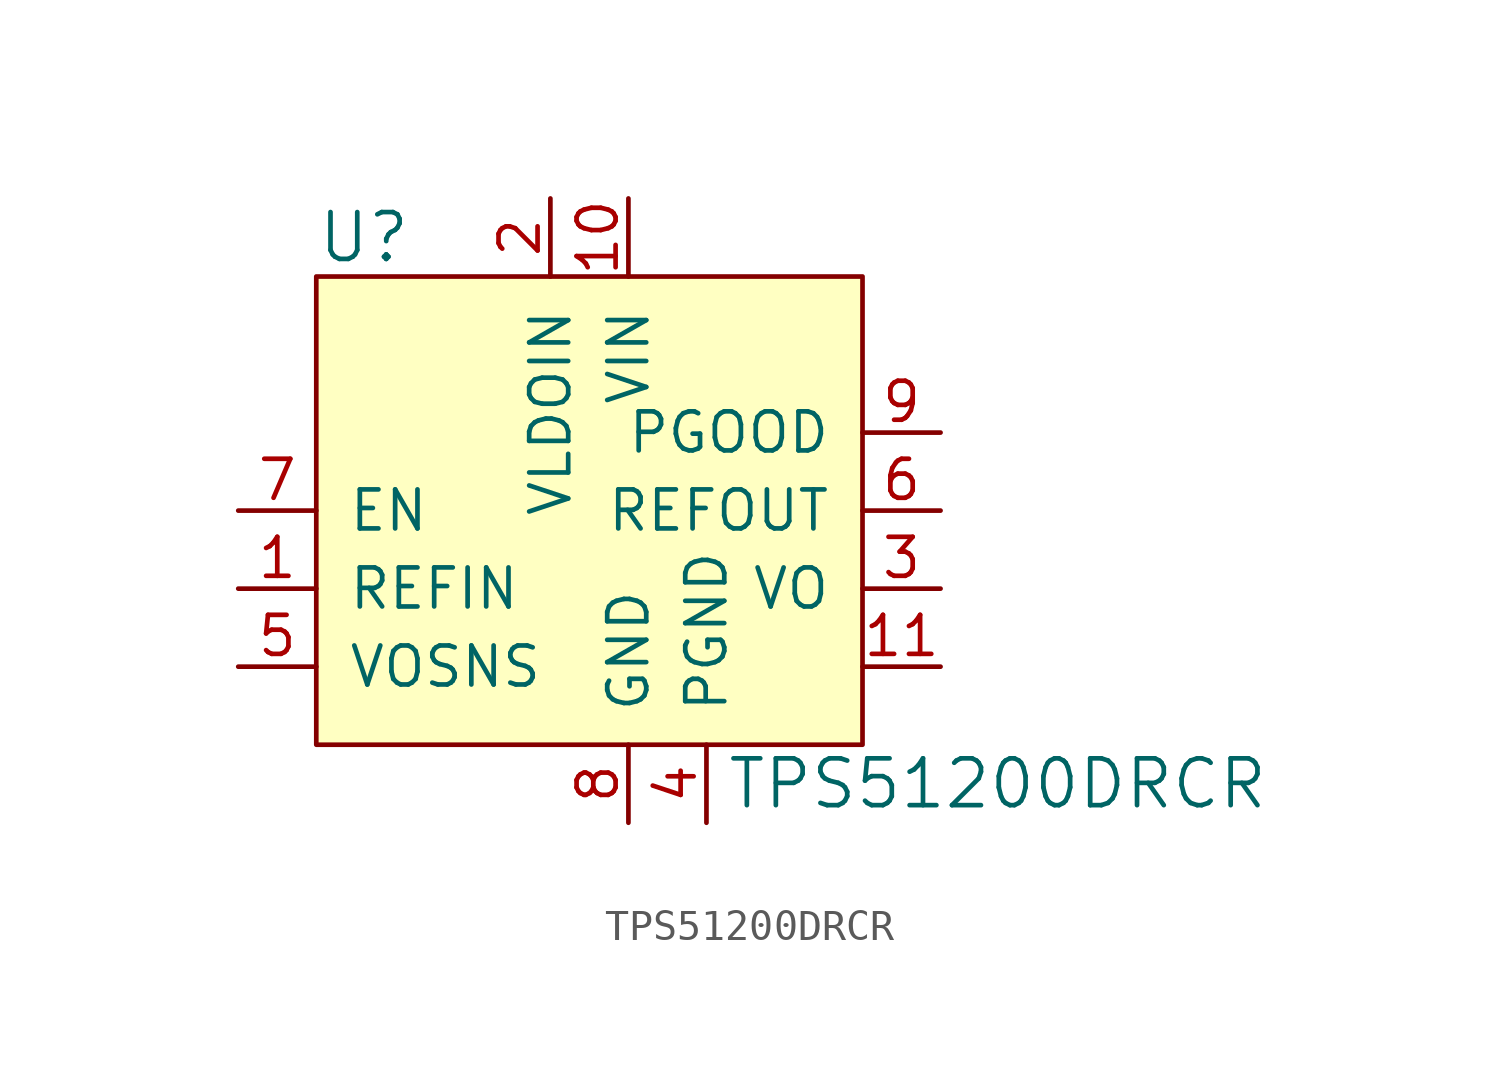
<source format=kicad_sym>
(kicad_symbol_lib
  (version 20220914)
  (generator kicad_symbol_editor)
  (symbol "TPS51200DRCR"
    (pin_names
      (offset 1.016))
    (property "Reference" "U"
      (at -10.16 8.89 0)
      (effects (font (size 1.524 1.524)) (justify left)))
    (property "Value" "TPS51200DRCR"
      (at 3.175 -8.89 0)
      (effects (font (size 1.524 1.524)) (justify left)))
    (symbol "TPS51200DRCR_0_1"
      (rectangle (start -10.16 7.62) (end 7.62 -7.62) (stroke (width 0) (type solid)) (fill (type background))))
    (symbol "TPS51200DRCR_1_1"
      (pin input line (at -12.7 -2.54 0) (length 2.54) (name "REFIN" (effects (font (size 1.27 1.27)))) (number "1" (effects (font (size 1.27 1.27)))))
      (pin power_in line (at 0 10.16 270) (length 2.54) (name "VIN" (effects (font (size 1.27 1.27)))) (number "10" (effects (font (size 1.27 1.27)))))
      (pin unspecified line (at 10.16 -5.08 180) (length 2.54) (name "~" (effects (font (size 1.27 1.27)))) (number "11" (effects (font (size 1.27 1.27)))))
      (pin power_in line (at -2.54 10.16 270) (length 2.54) (name "VLDOIN" (effects (font (size 1.27 1.27)))) (number "2" (effects (font (size 1.27 1.27)))))
      (pin output line (at 10.16 -2.54 180) (length 2.54) (name "VO" (effects (font (size 1.27 1.27)))) (number "3" (effects (font (size 1.27 1.27)))))
      (pin power_in line (at 2.54 -10.16 90) (length 2.54) (name "PGND" (effects (font (size 1.27 1.27)))) (number "4" (effects (font (size 1.27 1.27)))))
      (pin input line (at -12.7 -5.08 0) (length 2.54) (name "VOSNS" (effects (font (size 1.27 1.27)))) (number "5" (effects (font (size 1.27 1.27)))))
      (pin output line (at 10.16 0 180) (length 2.54) (name "REFOUT" (effects (font (size 1.27 1.27)))) (number "6" (effects (font (size 1.27 1.27)))))
      (pin input line (at -12.7 0 0) (length 2.54) (name "EN" (effects (font (size 1.27 1.27)))) (number "7" (effects (font (size 1.27 1.27)))))
      (pin power_in line (at 0 -10.16 90) (length 2.54) (name "GND" (effects (font (size 1.27 1.27)))) (number "8" (effects (font (size 1.27 1.27)))))
      (pin output line (at 10.16 2.54 180) (length 2.54) (name "PGOOD" (effects (font (size 1.27 1.27)))) (number "9" (effects (font (size 1.27 1.27))))))))
</source>
